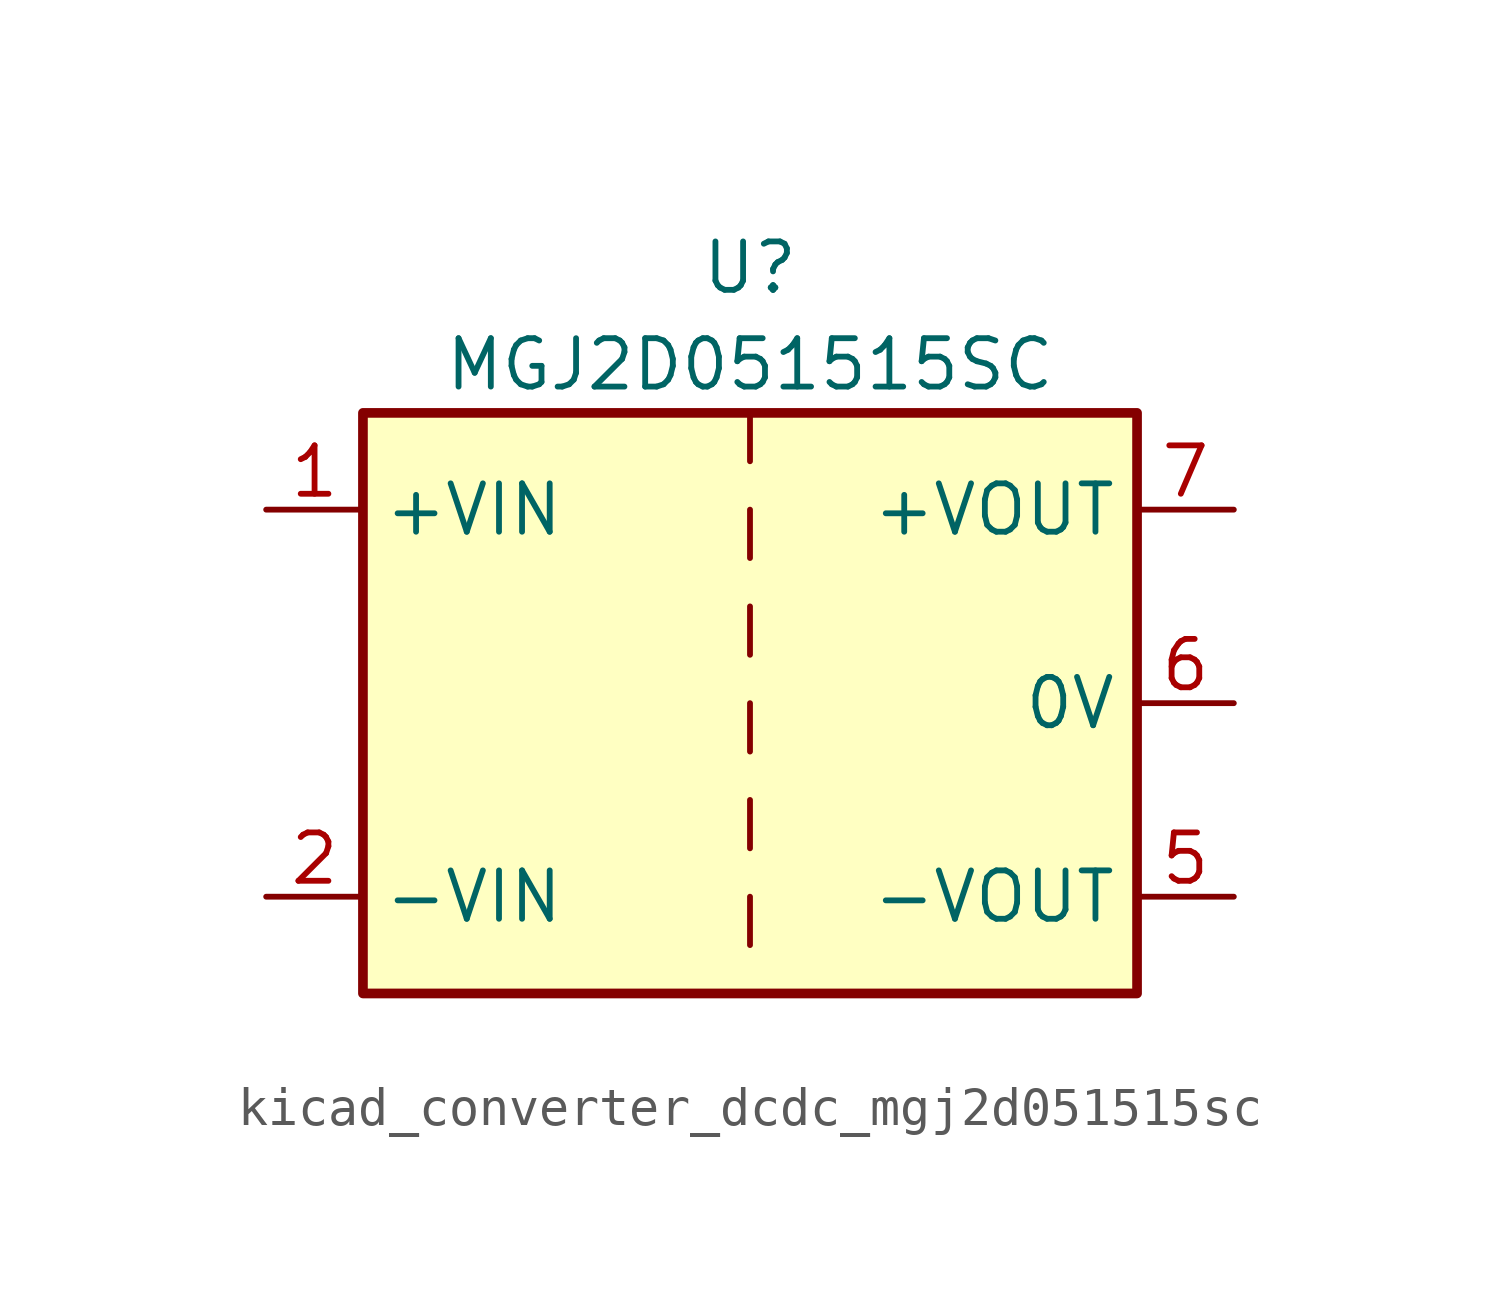
<source format=kicad_sym>
(kicad_symbol_lib
  (version 20220914)
  (generator kicad_symbol_editor)
  (symbol "kicad_converter_dcdc_mgj2d051515sc"
    (property "Reference" "U"
      (at 0 11.43 0)
      (effects (font (size 1.27 1.27))))
    (property "Value" "MGJ2D051515SC"
      (at 0 8.89 0)
      (effects (font (size 1.27 1.27))))
    (symbol "kicad_converter_dcdc_mgj2d051515sc_0_1"
      (rectangle (start -10.16 7.62) (end 10.16 -7.62) (stroke (width 0.254) (type default)) (fill (type background)))
      (polyline (pts (xy 0 -5.08) (xy 0 -6.35)) (stroke (width 0) (type default)) (fill (type none)))
      (polyline (pts (xy 0 -2.54) (xy 0 -3.81)) (stroke (width 0) (type default)) (fill (type none)))
      (polyline (pts (xy 0 0) (xy 0 -1.27)) (stroke (width 0) (type default)) (fill (type none)))
      (polyline (pts (xy 0 2.54) (xy 0 1.27)) (stroke (width 0) (type default)) (fill (type none)))
      (polyline (pts (xy 0 5.08) (xy 0 3.81)) (stroke (width 0) (type default)) (fill (type none)))
      (polyline (pts (xy 0 7.62) (xy 0 6.35)) (stroke (width 0) (type default)) (fill (type none))))
    (symbol "kicad_converter_dcdc_mgj2d051515sc_1_1"
      (pin power_in line (at -12.7 5.08 0) (length 2.54) (name "+VIN" (effects (font (size 1.27 1.27)))) (number "1" (effects (font (size 1.27 1.27)))))
      (pin power_in line (at -12.7 -5.08 0) (length 2.54) (name "-VIN" (effects (font (size 1.27 1.27)))) (number "2" (effects (font (size 1.27 1.27)))))
      (pin power_out line (at 12.7 -5.08 180) (length 2.54) (name "-VOUT" (effects (font (size 1.27 1.27)))) (number "5" (effects (font (size 1.27 1.27)))))
      (pin power_out line (at 12.7 0 180) (length 2.54) (name "0V" (effects (font (size 1.27 1.27)))) (number "6" (effects (font (size 1.27 1.27)))))
      (pin power_out line (at 12.7 5.08 180) (length 2.54) (name "+VOUT" (effects (font (size 1.27 1.27)))) (number "7" (effects (font (size 1.27 1.27))))))))
</source>
